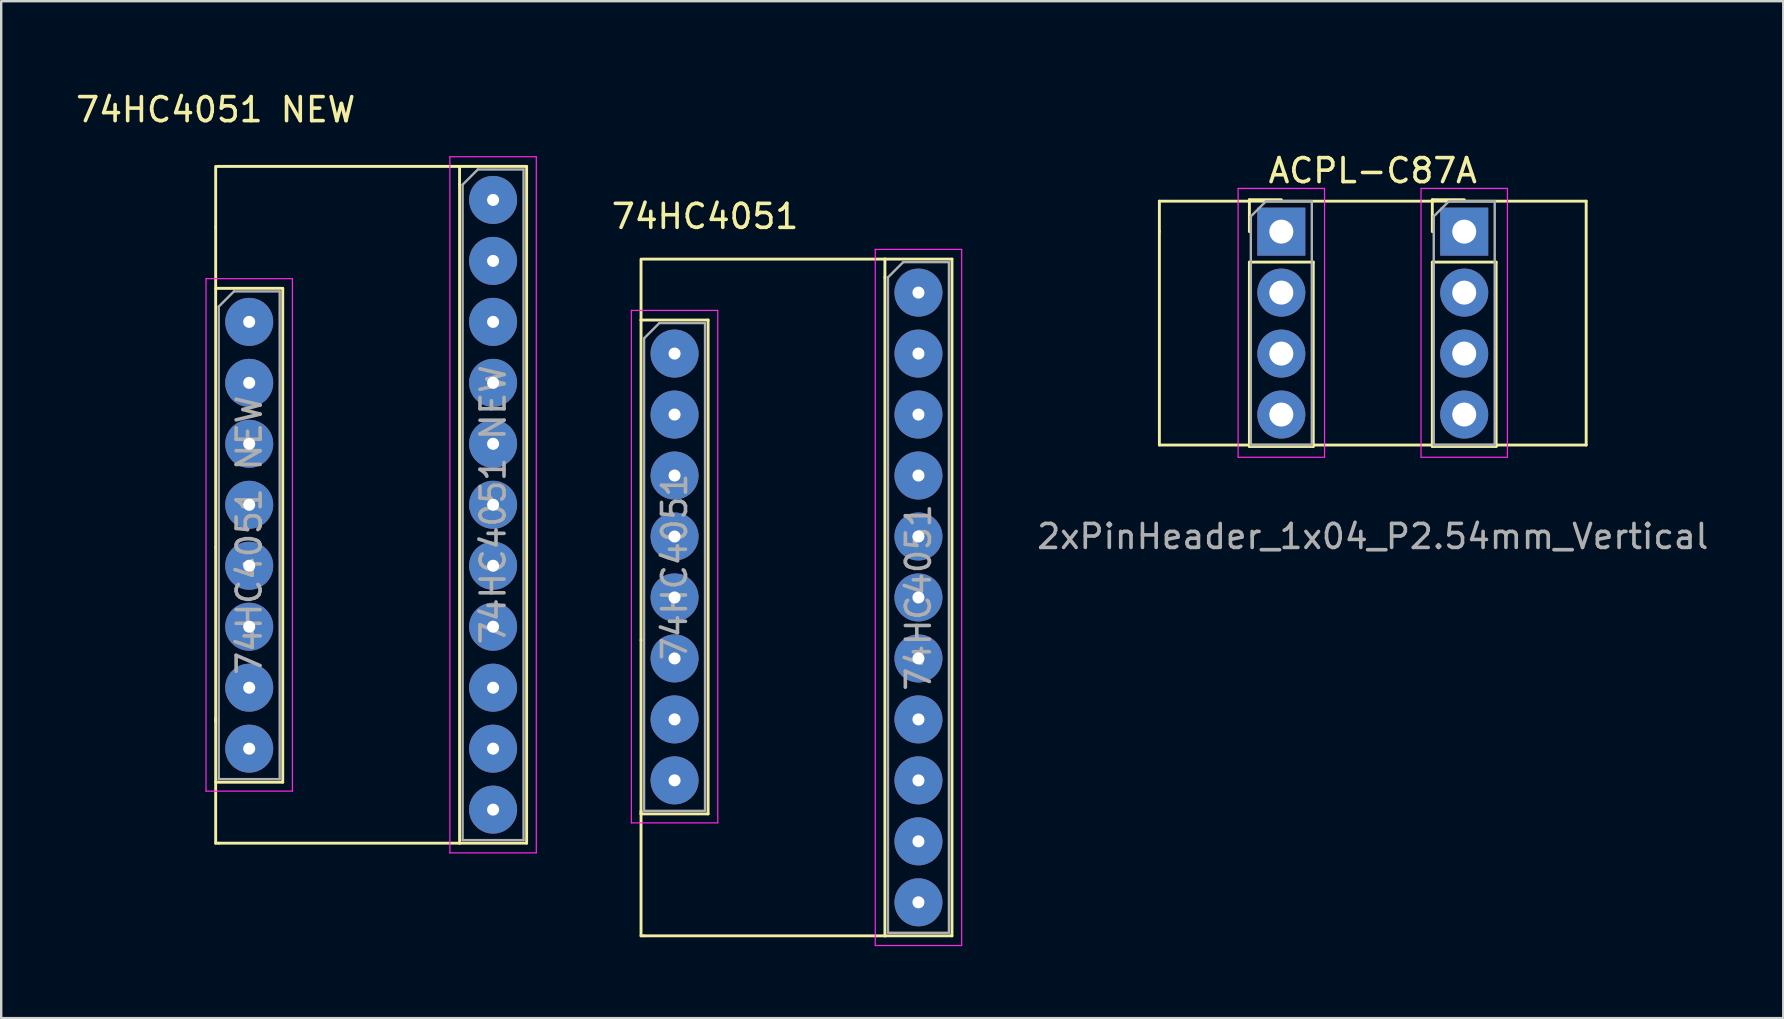
<source format=kicad_pcb>
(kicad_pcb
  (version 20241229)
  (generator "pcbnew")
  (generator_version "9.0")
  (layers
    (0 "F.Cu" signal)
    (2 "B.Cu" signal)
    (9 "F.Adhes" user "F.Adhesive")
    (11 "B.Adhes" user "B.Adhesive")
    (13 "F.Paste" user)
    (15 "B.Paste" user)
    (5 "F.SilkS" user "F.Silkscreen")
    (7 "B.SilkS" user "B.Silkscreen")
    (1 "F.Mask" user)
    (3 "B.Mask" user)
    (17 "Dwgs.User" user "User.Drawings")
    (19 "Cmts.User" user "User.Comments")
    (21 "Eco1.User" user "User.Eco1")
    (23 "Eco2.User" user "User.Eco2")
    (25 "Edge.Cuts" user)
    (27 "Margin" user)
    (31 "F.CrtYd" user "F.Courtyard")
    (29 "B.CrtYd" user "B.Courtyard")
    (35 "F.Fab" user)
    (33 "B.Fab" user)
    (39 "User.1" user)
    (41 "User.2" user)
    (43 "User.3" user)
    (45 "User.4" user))
  (footprint "74HC4051"
    (layer "F.Cu")
    (at 25.052 0.25)
    (property "Reference" "74HC4051" (at 1.27 5.715 0) (layer "F.SilkS") (effects (font (size 1 1) (thickness 0.15))))
    (attr through_hole)
    (fp_line (start -1.397 10.033) (end -1.397 7.493) (stroke (width 0.12) (type solid)) (layer "F.SilkS"))
    (fp_line (start -1.397 10.033) (end -1.397 23.368) (stroke (width 0.12) (type solid)) (layer "F.SilkS"))
    (fp_line (start -1.397 23.368) (end -1.397 30.607) (stroke (width 0.12) (type solid)) (layer "F.SilkS"))
    (fp_line (start -1.397 30.607) (end 1.397 30.607) (stroke (width 0.12) (type solid)) (layer "F.SilkS"))
    (fp_line (start -1.397 35.687) (end -1.397 30.48) (stroke (width 0.12) (type solid)) (layer "F.SilkS"))
    (fp_line (start -1.27 35.687) (end -1.397 35.687) (stroke (width 0.12) (type solid)) (layer "F.SilkS"))
    (fp_line (start 1.397 10.033) (end -1.397 10.033) (stroke (width 0.12) (type solid)) (layer "F.SilkS"))
    (fp_line (start 1.397 30.607) (end 1.397 10.033) (stroke (width 0.12) (type solid)) (layer "F.SilkS"))
    (fp_line (start 8.763 7.493) (end -1.333 7.493) (stroke (width 0.12) (type solid)) (layer "F.SilkS"))
    (fp_line (start 8.763 7.493) (end 8.763 8.255) (stroke (width 0.12) (type solid)) (layer "F.SilkS"))
    (fp_line (start 8.763 8.255) (end 8.763 35.687) (stroke (width 0.12) (type solid)) (layer "F.SilkS"))
    (fp_line (start 8.763 35.687) (end -1.27 35.687) (stroke (width 0.12) (type solid)) (layer "F.SilkS"))
    (fp_line (start 8.763 35.687) (end 11.557 35.687) (stroke (width 0.12) (type solid)) (layer "F.SilkS"))
    (fp_line (start 11.557 7.493) (end 8.763 7.493) (stroke (width 0.12) (type solid)) (layer "F.SilkS"))
    (fp_line (start 11.557 35.687) (end 11.557 7.493) (stroke (width 0.12) (type solid)) (layer "F.SilkS"))
    (fp_line (start -1.8 9.63) (end -1.8 30.98) (stroke (width 0.05) (type solid)) (layer "F.CrtYd"))
    (fp_line (start -1.8 30.98) (end 1.8 30.98) (stroke (width 0.05) (type solid)) (layer "F.CrtYd"))
    (fp_line (start 1.8 9.63) (end -1.8 9.63) (stroke (width 0.05) (type solid)) (layer "F.CrtYd"))
    (fp_line (start 1.8 30.98) (end 1.8 9.63) (stroke (width 0.05) (type solid)) (layer "F.CrtYd"))
    (fp_line (start 8.36 7.09) (end 8.36 36.09) (stroke (width 0.05) (type solid)) (layer "F.CrtYd"))
    (fp_line (start 8.36 36.09) (end 11.96 36.09) (stroke (width 0.05) (type solid)) (layer "F.CrtYd"))
    (fp_line (start 11.96 7.09) (end 8.36 7.09) (stroke (width 0.05) (type solid)) (layer "F.CrtYd"))
    (fp_line (start 11.96 36.09) (end 11.96 7.09) (stroke (width 0.05) (type solid)) (layer "F.CrtYd"))
    (fp_line (start -1.27 10.795) (end -0.635 10.16) (stroke (width 0.1) (type solid)) (layer "F.Fab"))
    (fp_line (start -1.27 30.48) (end -1.27 10.795) (stroke (width 0.1) (type solid)) (layer "F.Fab"))
    (fp_line (start -0.635 10.16) (end 1.27 10.16) (stroke (width 0.1) (type solid)) (layer "F.Fab"))
    (fp_line (start 1.27 10.16) (end 1.27 30.48) (stroke (width 0.1) (type solid)) (layer "F.Fab"))
    (fp_line (start 1.27 30.48) (end -1.27 30.48) (stroke (width 0.1) (type solid)) (layer "F.Fab"))
    (fp_line (start 8.89 8.255) (end 9.525 7.62) (stroke (width 0.1) (type solid)) (layer "F.Fab"))
    (fp_line (start 8.89 35.56) (end 8.89 8.255) (stroke (width 0.1) (type solid)) (layer "F.Fab"))
    (fp_line (start 9.525 7.62) (end 11.43 7.62) (stroke (width 0.1) (type solid)) (layer "F.Fab"))
    (fp_line (start 11.43 7.62) (end 11.43 35.56) (stroke (width 0.1) (type solid)) (layer "F.Fab"))
    (fp_line (start 11.43 35.56) (end 8.89 35.56) (stroke (width 0.1) (type solid)) (layer "F.Fab"))
    (fp_text user "${REFERENCE}" (at 10.16 21.59 90) (layer "F.Fab") (effects (font (size 1 1) (thickness 0.15))))
    (fp_text user "${REFERENCE}" (at 0 20.32 90) (layer "F.Fab") (effects (font (size 1 1) (thickness 0.15))))
    (pad "1" thru_hole circle (at 10.16 34.29) (size 2 2) (drill 0.5) (layers "*.Cu" "*.Mask"))
    (pad "2" thru_hole circle (at 10.16 31.75) (size 2 2) (drill 0.5) (layers "*.Cu" "*.Mask"))
    (pad "3" thru_hole circle (at 10.16 29.21) (size 2 2) (drill 0.5) (layers "*.Cu" "*.Mask"))
    (pad "4" thru_hole circle (at 10.16 26.67) (size 2 2) (drill 0.5) (layers "*.Cu" "*.Mask"))
    (pad "5" thru_hole circle (at 10.16 24.13) (size 2 2) (drill 0.5) (layers "*.Cu" "*.Mask"))
    (pad "6" thru_hole circle (at 10.16 21.59) (size 2 2) (drill 0.5) (layers "*.Cu" "*.Mask"))
    (pad "7" thru_hole circle (at 10.16 19.05) (size 2 2) (drill 0.5) (layers "*.Cu" "*.Mask"))
    (pad "8" thru_hole circle (at 10.16 16.51) (size 2 2) (drill 0.5) (layers "*.Cu" "*.Mask"))
    (pad "9" thru_hole circle (at 10.16 13.97) (size 2 2) (drill 0.5) (layers "*.Cu" "*.Mask"))
    (pad "10" thru_hole circle (at 10.16 11.43) (size 2 2) (drill 0.5) (layers "*.Cu" "*.Mask"))
    (pad "11" thru_hole circle (at 10.16 8.89) (size 2 2) (drill 0.5) (layers "*.Cu" "*.Mask"))
    (pad "12" thru_hole circle (at 0 29.21) (size 2 2) (drill 0.5) (layers "*.Cu" "*.Mask"))
    (pad "13" thru_hole circle (at 0 26.67) (size 2 2) (drill 0.5) (layers "*.Cu" "*.Mask"))
    (pad "14" thru_hole circle (at 0 24.13) (size 2 2) (drill 0.5) (layers "*.Cu" "*.Mask"))
    (pad "15" thru_hole circle (at 0 21.59) (size 2 2) (drill 0.5) (layers "*.Cu" "*.Mask"))
    (pad "16" thru_hole circle (at 0 19.05) (size 2 2) (drill 0.5) (layers "*.Cu" "*.Mask"))
    (pad "17" thru_hole circle (at 0 16.51) (size 2 2) (drill 0.5) (layers "*.Cu" "*.Mask"))
    (pad "18" thru_hole circle (at 0 13.97) (size 2 2) (drill 0.5) (layers "*.Cu" "*.Mask"))
    (pad "19" thru_hole circle (at 0 11.43) (size 2 2) (drill 0.5) (layers "*.Cu" "*.Mask")))
  (footprint "74HC4051 NEW"
    (layer "F.Cu")
    (at 12.92 0.25)
    (property "Reference" "74HC4051 NEW" (at -6.985 1.27 0) (layer "F.SilkS") (effects (font (size 1 1) (thickness 0.15))))
    (attr through_hole)
    (fp_line (start -6.985 6.172) (end -6.985 3.632) (stroke (width 0.12) (type solid)) (layer "F.SilkS"))
    (fp_line (start -6.985 6.172) (end -6.985 19.507) (stroke (width 0.12) (type solid)) (layer "F.SilkS"))
    (fp_line (start -6.985 19.507) (end -6.985 26.746) (stroke (width 0.12) (type solid)) (layer "F.SilkS"))
    (fp_line (start -6.985 29.286) (end -4.191 29.286) (stroke (width 0.12) (type solid)) (layer "F.SilkS"))
    (fp_line (start -6.985 31.826) (end -6.985 26.619) (stroke (width 0.12) (type solid)) (layer "F.SilkS"))
    (fp_line (start -6.858 31.826) (end -6.985 31.826) (stroke (width 0.12) (type solid)) (layer "F.SilkS"))
    (fp_line (start -4.191 8.712) (end -6.985 8.712) (stroke (width 0.12) (type solid)) (layer "F.SilkS"))
    (fp_line (start -4.191 29.286) (end -4.191 8.712) (stroke (width 0.12) (type solid)) (layer "F.SilkS"))
    (fp_line (start 3.175 3.632) (end -6.921 3.632) (stroke (width 0.12) (type solid)) (layer "F.SilkS"))
    (fp_line (start 3.175 3.632) (end 3.175 4.394) (stroke (width 0.12) (type solid)) (layer "F.SilkS"))
    (fp_line (start 3.175 4.394) (end 3.175 31.826) (stroke (width 0.12) (type solid)) (layer "F.SilkS"))
    (fp_line (start 3.175 31.826) (end -6.858 31.826) (stroke (width 0.12) (type solid)) (layer "F.SilkS"))
    (fp_line (start 3.175 31.826) (end 5.969 31.826) (stroke (width 0.12) (type solid)) (layer "F.SilkS"))
    (fp_line (start 5.969 3.632) (end 3.175 3.632) (stroke (width 0.12) (type solid)) (layer "F.SilkS"))
    (fp_line (start 5.969 31.826) (end 5.969 3.632) (stroke (width 0.12) (type solid)) (layer "F.SilkS"))
    (fp_line (start -7.388 8.309) (end -7.388 29.659) (stroke (width 0.05) (type solid)) (layer "F.CrtYd"))
    (fp_line (start -7.388 29.659) (end -3.788 29.659) (stroke (width 0.05) (type solid)) (layer "F.CrtYd"))
    (fp_line (start -3.788 8.309) (end -7.388 8.309) (stroke (width 0.05) (type solid)) (layer "F.CrtYd"))
    (fp_line (start -3.788 29.659) (end -3.788 8.309) (stroke (width 0.05) (type solid)) (layer "F.CrtYd"))
    (fp_line (start 2.772 3.229) (end 2.772 32.229) (stroke (width 0.05) (type solid)) (layer "F.CrtYd"))
    (fp_line (start 2.772 32.229) (end 6.372 32.229) (stroke (width 0.05) (type solid)) (layer "F.CrtYd"))
    (fp_line (start 6.372 3.229) (end 2.772 3.229) (stroke (width 0.05) (type solid)) (layer "F.CrtYd"))
    (fp_line (start 6.372 32.229) (end 6.372 3.229) (stroke (width 0.05) (type solid)) (layer "F.CrtYd"))
    (fp_line (start -6.858 9.474) (end -6.223 8.839) (stroke (width 0.1) (type solid)) (layer "F.Fab"))
    (fp_line (start -6.858 29.159) (end -6.858 9.474) (stroke (width 0.1) (type solid)) (layer "F.Fab"))
    (fp_line (start -6.223 8.839) (end -4.318 8.839) (stroke (width 0.1) (type solid)) (layer "F.Fab"))
    (fp_line (start -4.318 8.839) (end -4.318 29.159) (stroke (width 0.1) (type solid)) (layer "F.Fab"))
    (fp_line (start -4.318 29.159) (end -6.858 29.159) (stroke (width 0.1) (type solid)) (layer "F.Fab"))
    (fp_line (start 3.302 4.394) (end 3.937 3.759) (stroke (width 0.1) (type solid)) (layer "F.Fab"))
    (fp_line (start 3.302 31.699) (end 3.302 4.394) (stroke (width 0.1) (type solid)) (layer "F.Fab"))
    (fp_line (start 3.937 3.759) (end 5.842 3.759) (stroke (width 0.1) (type solid)) (layer "F.Fab"))
    (fp_line (start 5.842 3.759) (end 5.842 31.699) (stroke (width 0.1) (type solid)) (layer "F.Fab"))
    (fp_line (start 5.842 31.699) (end 3.302 31.699) (stroke (width 0.1) (type solid)) (layer "F.Fab"))
    (fp_text user "${REFERENCE}" (at 4.572 17.729 90) (layer "F.Fab") (effects (font (size 1 1) (thickness 0.15))))
    (fp_text user "${REFERENCE}" (at -5.588 18.999 90) (layer "F.Fab") (effects (font (size 1 1) (thickness 0.15))))
    (pad "1" thru_hole circle (at 4.572 30.429) (size 2 2) (drill 0.5) (layers "*.Cu" "*.Mask"))
    (pad "2" thru_hole circle (at 4.572 27.889) (size 2 2) (drill 0.5) (layers "*.Cu" "*.Mask"))
    (pad "3" thru_hole circle (at 4.572 25.349) (size 2 2) (drill 0.5) (layers "*.Cu" "*.Mask"))
    (pad "4" thru_hole circle (at 4.572 22.809) (size 2 2) (drill 0.5) (layers "*.Cu" "*.Mask"))
    (pad "5" thru_hole circle (at 4.572 20.269) (size 2 2) (drill 0.5) (layers "*.Cu" "*.Mask"))
    (pad "6" thru_hole circle (at 4.572 17.729) (size 2 2) (drill 0.5) (layers "*.Cu" "*.Mask"))
    (pad "7" thru_hole circle (at 4.572 15.189) (size 2 2) (drill 0.5) (layers "*.Cu" "*.Mask"))
    (pad "8" thru_hole circle (at 4.572 12.649) (size 2 2) (drill 0.5) (layers "*.Cu" "*.Mask"))
    (pad "9" thru_hole circle (at 4.572 10.109) (size 2 2) (drill 0.5) (layers "*.Cu" "*.Mask"))
    (pad "10" thru_hole circle (at 4.572 7.569) (size 2 2) (drill 0.5) (layers "*.Cu" "*.Mask"))
    (pad "11" thru_hole circle (at 4.572 5.029) (size 2 2) (drill 0.5) (layers "*.Cu" "*.Mask"))
    (pad "12" thru_hole circle (at -5.588 27.889) (size 2 2) (drill 0.5) (layers "*.Cu" "*.Mask"))
    (pad "13" thru_hole circle (at -5.588 25.349) (size 2 2) (drill 0.5) (layers "*.Cu" "*.Mask"))
    (pad "14" thru_hole circle (at -5.588 22.809) (size 2 2) (drill 0.5) (layers "*.Cu" "*.Mask"))
    (pad "15" thru_hole circle (at -5.588 20.269) (size 2 2) (drill 0.5) (layers "*.Cu" "*.Mask"))
    (pad "16" thru_hole circle (at -5.588 17.729) (size 2 2) (drill 0.5) (layers "*.Cu" "*.Mask"))
    (pad "17" thru_hole circle (at -5.588 15.189) (size 2 2) (drill 0.5) (layers "*.Cu" "*.Mask"))
    (pad "18" thru_hole circle (at -5.588 12.649) (size 2 2) (drill 0.5) (layers "*.Cu" "*.Mask"))
    (pad "19" thru_hole circle (at -5.588 10.109) (size 2 2) (drill 0.5) (layers "*.Cu" "*.Mask")))
  (footprint "ACPL-C87A"
    (layer "F.Cu")
    (at 57.949 0.25)
    (property "Reference" "ACPL-C87A" (at -3.81 3.81 0) (layer "F.SilkS") (effects (font (size 1 1) (thickness 0.15))))
    (attr through_hole)
    (fp_line (start -12.7 5.08) (end 5.08 5.08) (stroke (width 0.12) (type solid)) (layer "F.SilkS"))
    (fp_line (start -12.7 6.35) (end -12.7 5.08) (stroke (width 0.12) (type solid)) (layer "F.SilkS"))
    (fp_line (start -12.7 15.24) (end -12.7 6.35) (stroke (width 0.12) (type solid)) (layer "F.SilkS"))
    (fp_line (start -8.95 5.02) (end -7.62 5.02) (stroke (width 0.12) (type solid)) (layer "F.SilkS"))
    (fp_line (start -8.95 6.35) (end -8.95 5.02) (stroke (width 0.12) (type solid)) (layer "F.SilkS"))
    (fp_line (start -8.95 7.62) (end -8.95 15.3) (stroke (width 0.12) (type solid)) (layer "F.SilkS"))
    (fp_line (start -8.95 7.62) (end -6.29 7.62) (stroke (width 0.12) (type solid)) (layer "F.SilkS"))
    (fp_line (start -8.95 15.3) (end -6.29 15.3) (stroke (width 0.12) (type solid)) (layer "F.SilkS"))
    (fp_line (start -6.29 7.62) (end -6.29 15.3) (stroke (width 0.12) (type solid)) (layer "F.SilkS"))
    (fp_line (start -1.33 5.02) (end 0 5.02) (stroke (width 0.12) (type solid)) (layer "F.SilkS"))
    (fp_line (start -1.33 6.35) (end -1.33 5.02) (stroke (width 0.12) (type solid)) (layer "F.SilkS"))
    (fp_line (start -1.33 7.62) (end -1.33 15.3) (stroke (width 0.12) (type solid)) (layer "F.SilkS"))
    (fp_line (start -1.33 7.62) (end 1.33 7.62) (stroke (width 0.12) (type solid)) (layer "F.SilkS"))
    (fp_line (start -1.33 15.3) (end 1.33 15.3) (stroke (width 0.12) (type solid)) (layer "F.SilkS"))
    (fp_line (start 1.33 7.62) (end 1.33 15.3) (stroke (width 0.12) (type solid)) (layer "F.SilkS"))
    (fp_line (start 5.08 5.08) (end 5.08 15.24) (stroke (width 0.12) (type solid)) (layer "F.SilkS"))
    (fp_line (start 5.08 15.24) (end -12.7 15.24) (stroke (width 0.12) (type solid)) (layer "F.SilkS"))
    (fp_line (start -9.42 4.55) (end -9.42 15.75) (stroke (width 0.05) (type solid)) (layer "F.CrtYd"))
    (fp_line (start -9.42 15.75) (end -5.82 15.75) (stroke (width 0.05) (type solid)) (layer "F.CrtYd"))
    (fp_line (start -5.82 4.55) (end -9.42 4.55) (stroke (width 0.05) (type solid)) (layer "F.CrtYd"))
    (fp_line (start -5.82 15.75) (end -5.82 4.55) (stroke (width 0.05) (type solid)) (layer "F.CrtYd"))
    (fp_line (start -1.8 4.55) (end -1.8 15.75) (stroke (width 0.05) (type solid)) (layer "F.CrtYd"))
    (fp_line (start -1.8 15.75) (end 1.8 15.75) (stroke (width 0.05) (type solid)) (layer "F.CrtYd"))
    (fp_line (start 1.8 4.55) (end -1.8 4.55) (stroke (width 0.05) (type solid)) (layer "F.CrtYd"))
    (fp_line (start 1.8 15.75) (end 1.8 4.55) (stroke (width 0.05) (type solid)) (layer "F.CrtYd"))
    (fp_line (start -8.89 5.715) (end -8.255 5.08) (stroke (width 0.1) (type solid)) (layer "F.Fab"))
    (fp_line (start -8.89 15.24) (end -8.89 5.715) (stroke (width 0.1) (type solid)) (layer "F.Fab"))
    (fp_line (start -8.255 5.08) (end -6.35 5.08) (stroke (width 0.1) (type solid)) (layer "F.Fab"))
    (fp_line (start -6.35 5.08) (end -6.35 15.24) (stroke (width 0.1) (type solid)) (layer "F.Fab"))
    (fp_line (start -6.35 15.24) (end -8.89 15.24) (stroke (width 0.1) (type solid)) (layer "F.Fab"))
    (fp_line (start -1.27 5.715) (end -0.635 5.08) (stroke (width 0.1) (type solid)) (layer "F.Fab"))
    (fp_line (start -1.27 15.24) (end -1.27 5.715) (stroke (width 0.1) (type solid)) (layer "F.Fab"))
    (fp_line (start -0.635 5.08) (end 1.27 5.08) (stroke (width 0.1) (type solid)) (layer "F.Fab"))
    (fp_line (start 1.27 5.08) (end 1.27 15.24) (stroke (width 0.1) (type solid)) (layer "F.Fab"))
    (fp_line (start 1.27 15.24) (end -1.27 15.24) (stroke (width 0.1) (type solid)) (layer "F.Fab"))
    (fp_text user "2xPinHeader_1x04_P2.54mm_Vertical" (at -3.81 19.05 0) (layer "F.Fab") (effects (font (size 1 1) (thickness 0.15))))
    (pad "1" thru_hole rect (at -7.62 6.35) (size 2 2) (drill 1) (layers "*.Cu" "*.Mask"))
    (pad "2" thru_hole oval (at -7.62 8.89) (size 2 2) (drill 1) (layers "*.Cu" "*.Mask"))
    (pad "3" thru_hole oval (at -7.62 11.43) (size 2 2) (drill 1) (layers "*.Cu" "*.Mask"))
    (pad "4" thru_hole oval (at -7.62 13.97) (size 2 2) (drill 1) (layers "*.Cu" "*.Mask"))
    (pad "5" thru_hole oval (at 0 13.97) (size 2 2) (drill 1) (layers "*.Cu" "*.Mask"))
    (pad "6" thru_hole oval (at 0 11.43) (size 2 2) (drill 1) (layers "*.Cu" "*.Mask"))
    (pad "7" thru_hole oval (at 0 8.89) (size 2 2) (drill 1) (layers "*.Cu" "*.Mask"))
    (pad "8" thru_hole rect (at 0 6.35) (size 2 2) (drill 1) (layers "*.Cu" "*.Mask")))
  (gr_rect
    (start -3 -3)
    (end 71.24 39.365)
    (stroke (width 0.1) (type default))
    (fill no)
    (layer "Edge.Cuts")))
</source>
